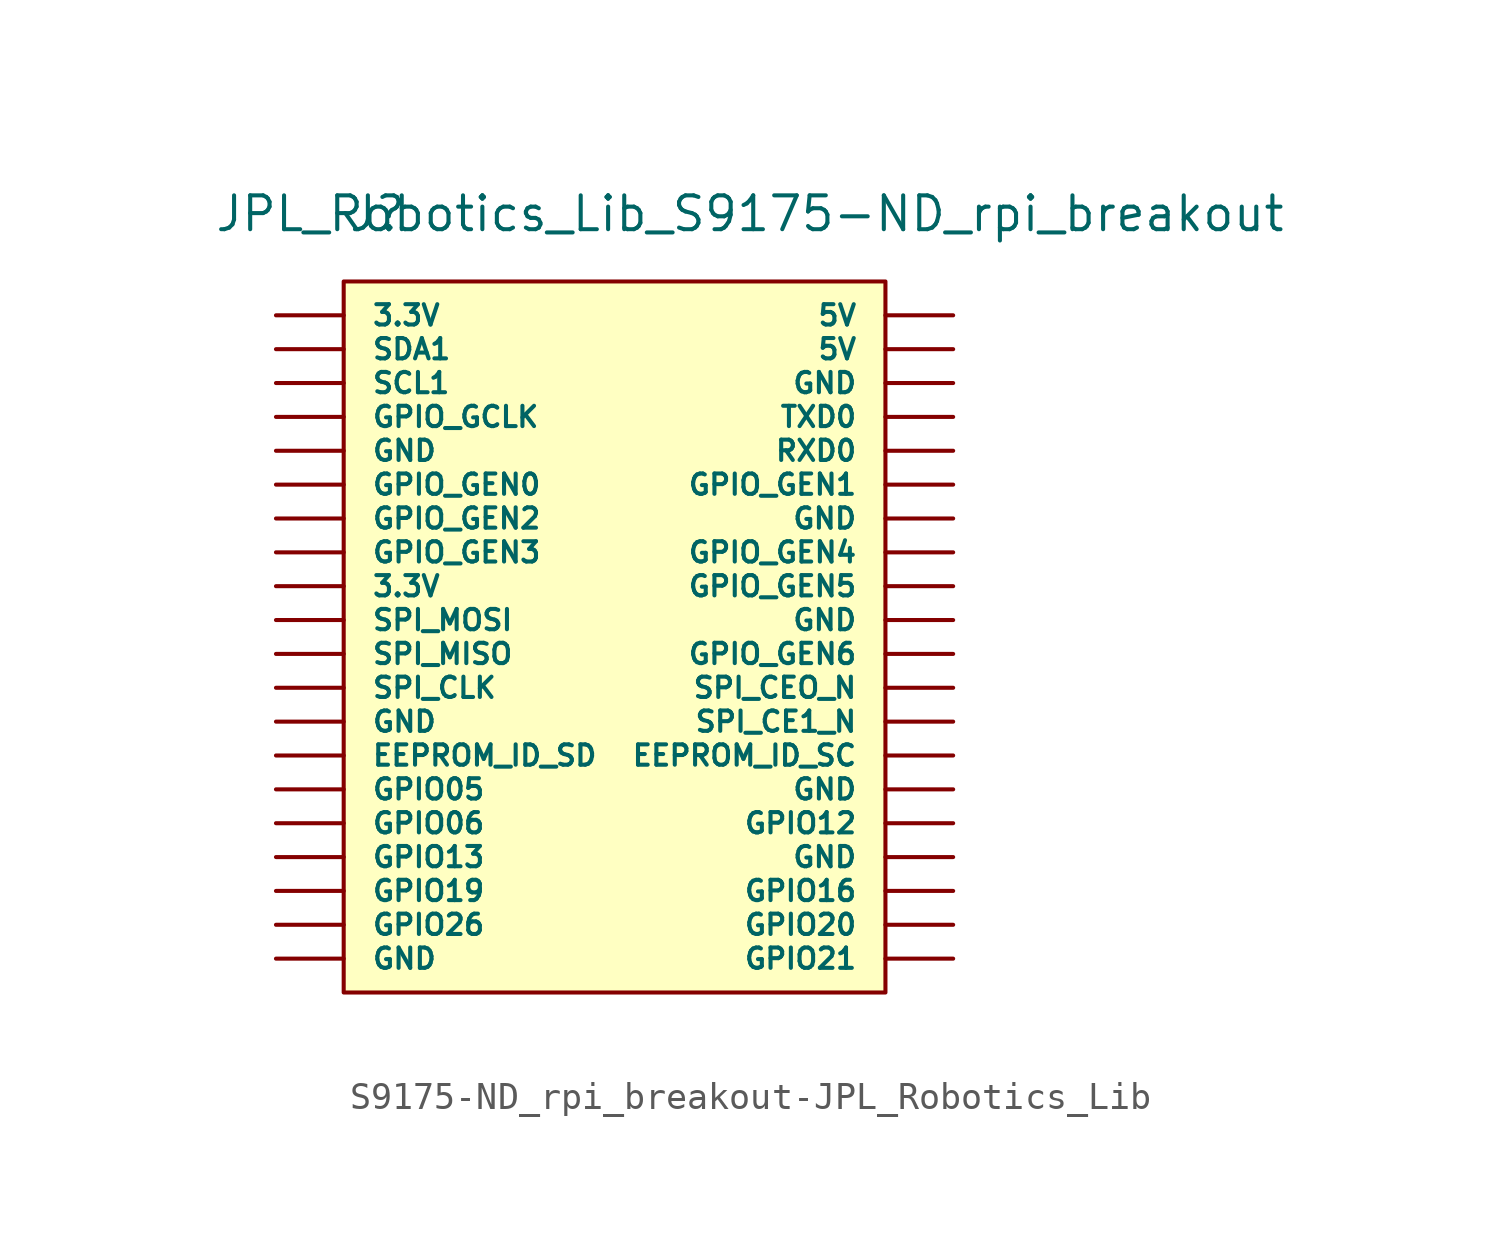
<source format=kicad_sym>
(kicad_symbol_lib
  (version 20231120)
  (generator "kicad_symbol_editor")
  (generator_version "8.0")
  (symbol "S9175-ND_rpi_breakout-JPL_Robotics_Lib"
    (pin_numbers hide)
    (pin_names
      (offset 1.016))
    (property "Reference" "J"
      (at 6.35 31.75 0)
      (effects (font (size 1.27 1.27))))
    (property "Value" "JPL_Robotics_Lib_S9175-ND_rpi_breakout"
      (at 20.32 31.75 0)
      (effects (font (size 1.27 1.27))))
    (symbol "S9175-ND_rpi_breakout-JPL_Robotics_Lib_0_1"
      (rectangle (start 5.08 29.21) (end 25.4 2.54) (stroke (width 0) (type solid)) (fill (type background))))
    (symbol "S9175-ND_rpi_breakout-JPL_Robotics_Lib_1_1"
      (pin passive line (at 2.54 27.94 0) (length 2.54) (name "3.3V" (effects (font (size 0.762 0.762)))) (number "1" (effects (font (size 0.762 0.762)))))
      (pin passive line (at 27.94 22.86 180) (length 2.54) (name "RXD0" (effects (font (size 0.762 0.762)))) (number "10" (effects (font (size 0.762 0.762)))))
      (pin passive line (at 2.54 21.59 0) (length 2.54) (name "GPIO_GEN0" (effects (font (size 0.762 0.762)))) (number "11" (effects (font (size 0.762 0.762)))))
      (pin passive line (at 27.94 21.59 180) (length 2.54) (name "GPIO_GEN1" (effects (font (size 0.762 0.762)))) (number "12" (effects (font (size 0.762 0.762)))))
      (pin passive line (at 2.54 20.32 0) (length 2.54) (name "GPIO_GEN2" (effects (font (size 0.762 0.762)))) (number "13" (effects (font (size 0.762 0.762)))))
      (pin power_in line (at 27.94 20.32 180) (length 2.54) (name "GND" (effects (font (size 0.762 0.762)))) (number "14" (effects (font (size 0.762 0.762)))))
      (pin passive line (at 2.54 19.05 0) (length 2.54) (name "GPIO_GEN3" (effects (font (size 0.762 0.762)))) (number "15" (effects (font (size 0.762 0.762)))))
      (pin passive line (at 27.94 19.05 180) (length 2.54) (name "GPIO_GEN4" (effects (font (size 0.762 0.762)))) (number "16" (effects (font (size 0.762 0.762)))))
      (pin passive line (at 2.54 17.78 0) (length 2.54) (name "3.3V" (effects (font (size 0.762 0.762)))) (number "17" (effects (font (size 0.762 0.762)))))
      (pin passive line (at 27.94 17.78 180) (length 2.54) (name "GPIO_GEN5" (effects (font (size 0.762 0.762)))) (number "18" (effects (font (size 0.762 0.762)))))
      (pin passive line (at 2.54 16.51 0) (length 2.54) (name "SPI_MOSI" (effects (font (size 0.762 0.762)))) (number "19" (effects (font (size 0.762 0.762)))))
      (pin power_in line (at 27.94 27.94 180) (length 2.54) (name "5V" (effects (font (size 0.762 0.762)))) (number "2" (effects (font (size 0.762 0.762)))))
      (pin power_in line (at 27.94 16.51 180) (length 2.54) (name "GND" (effects (font (size 0.762 0.762)))) (number "20" (effects (font (size 0.762 0.762)))))
      (pin passive line (at 2.54 15.24 0) (length 2.54) (name "SPI_MISO" (effects (font (size 0.762 0.762)))) (number "21" (effects (font (size 0.762 0.762)))))
      (pin passive line (at 27.94 15.24 180) (length 2.54) (name "GPIO_GEN6" (effects (font (size 0.762 0.762)))) (number "22" (effects (font (size 0.762 0.762)))))
      (pin passive line (at 2.54 13.97 0) (length 2.54) (name "SPI_CLK" (effects (font (size 0.762 0.762)))) (number "23" (effects (font (size 0.762 0.762)))))
      (pin passive line (at 27.94 13.97 180) (length 2.54) (name "SPI_CEO_N" (effects (font (size 0.762 0.762)))) (number "24" (effects (font (size 0.762 0.762)))))
      (pin power_in line (at 2.54 12.7 0) (length 2.54) (name "GND" (effects (font (size 0.762 0.762)))) (number "25" (effects (font (size 0.762 0.762)))))
      (pin passive line (at 27.94 12.7 180) (length 2.54) (name "SPI_CE1_N" (effects (font (size 0.762 0.762)))) (number "26" (effects (font (size 0.762 0.762)))))
      (pin passive line (at 2.54 11.43 0) (length 2.54) (name "EEPROM_ID_SD" (effects (font (size 0.762 0.762)))) (number "27" (effects (font (size 0.762 0.762)))))
      (pin passive line (at 27.94 11.43 180) (length 2.54) (name "EEPROM_ID_SC" (effects (font (size 0.762 0.762)))) (number "28" (effects (font (size 0.762 0.762)))))
      (pin passive line (at 2.54 10.16 0) (length 2.54) (name "GPIO05" (effects (font (size 0.762 0.762)))) (number "29" (effects (font (size 0.762 0.762)))))
      (pin passive line (at 2.54 26.67 0) (length 2.54) (name "SDA1" (effects (font (size 0.762 0.762)))) (number "3" (effects (font (size 0.762 0.762)))))
      (pin power_in line (at 27.94 10.16 180) (length 2.54) (name "GND" (effects (font (size 0.762 0.762)))) (number "30" (effects (font (size 0.762 0.762)))))
      (pin passive line (at 2.54 8.89 0) (length 2.54) (name "GPIO06" (effects (font (size 0.762 0.762)))) (number "31" (effects (font (size 0.762 0.762)))))
      (pin passive line (at 27.94 8.89 180) (length 2.54) (name "GPIO12" (effects (font (size 0.762 0.762)))) (number "32" (effects (font (size 0.762 0.762)))))
      (pin passive line (at 2.54 7.62 0) (length 2.54) (name "GPIO13" (effects (font (size 0.762 0.762)))) (number "33" (effects (font (size 0.762 0.762)))))
      (pin power_in line (at 27.94 7.62 180) (length 2.54) (name "GND" (effects (font (size 0.762 0.762)))) (number "34" (effects (font (size 0.762 0.762)))))
      (pin passive line (at 2.54 6.35 0) (length 2.54) (name "GPIO19" (effects (font (size 0.762 0.762)))) (number "35" (effects (font (size 0.762 0.762)))))
      (pin passive line (at 27.94 6.35 180) (length 2.54) (name "GPIO16" (effects (font (size 0.762 0.762)))) (number "36" (effects (font (size 0.762 0.762)))))
      (pin passive line (at 2.54 5.08 0) (length 2.54) (name "GPIO26" (effects (font (size 0.762 0.762)))) (number "37" (effects (font (size 0.762 0.762)))))
      (pin passive line (at 27.94 5.08 180) (length 2.54) (name "GPIO20" (effects (font (size 0.762 0.762)))) (number "38" (effects (font (size 0.762 0.762)))))
      (pin power_in line (at 2.54 3.81 0) (length 2.54) (name "GND" (effects (font (size 0.762 0.762)))) (number "39" (effects (font (size 0.762 0.762)))))
      (pin power_in line (at 27.94 26.67 180) (length 2.54) (name "5V" (effects (font (size 0.762 0.762)))) (number "4" (effects (font (size 0.762 0.762)))))
      (pin passive line (at 27.94 3.81 180) (length 2.54) (name "GPIO21" (effects (font (size 0.762 0.762)))) (number "40" (effects (font (size 0.762 0.762)))))
      (pin passive line (at 2.54 25.4 0) (length 2.54) (name "SCL1" (effects (font (size 0.762 0.762)))) (number "5" (effects (font (size 0.762 0.762)))))
      (pin power_in line (at 27.94 25.4 180) (length 2.54) (name "GND" (effects (font (size 0.762 0.762)))) (number "6" (effects (font (size 0.762 0.762)))))
      (pin passive line (at 2.54 24.13 0) (length 2.54) (name "GPIO_GCLK" (effects (font (size 0.762 0.762)))) (number "7" (effects (font (size 0.762 0.762)))))
      (pin passive line (at 27.94 24.13 180) (length 2.54) (name "TXD0" (effects (font (size 0.762 0.762)))) (number "8" (effects (font (size 0.762 0.762)))))
      (pin power_in line (at 2.54 22.86 0) (length 2.54) (name "GND" (effects (font (size 0.762 0.762)))) (number "9" (effects (font (size 0.762 0.762))))))))
</source>
